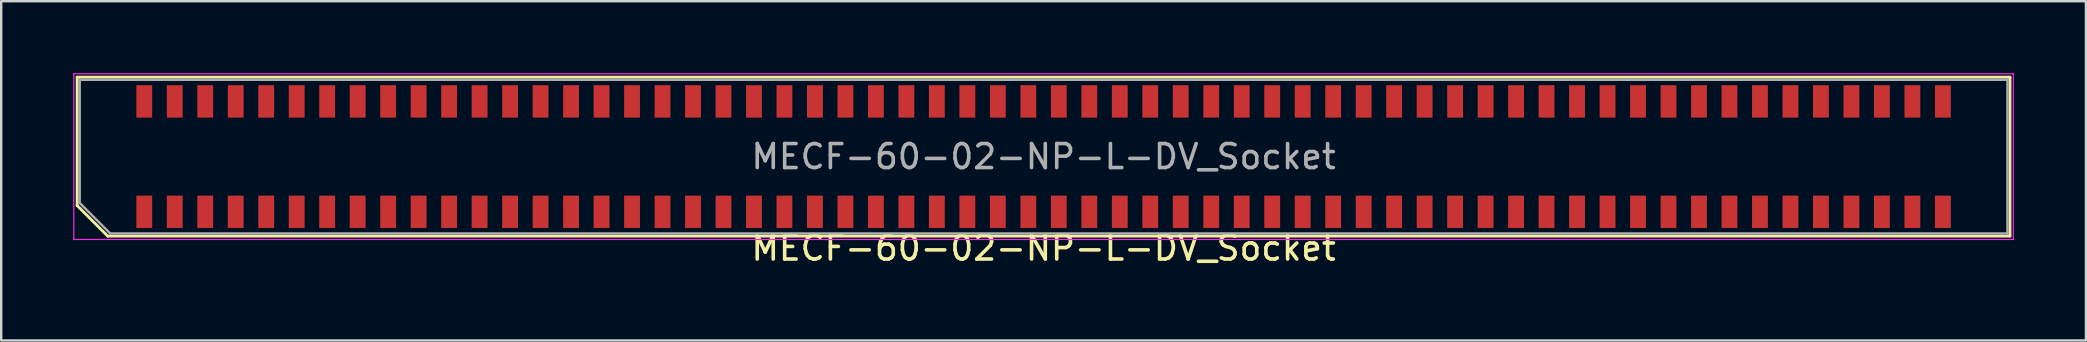
<source format=kicad_pcb>
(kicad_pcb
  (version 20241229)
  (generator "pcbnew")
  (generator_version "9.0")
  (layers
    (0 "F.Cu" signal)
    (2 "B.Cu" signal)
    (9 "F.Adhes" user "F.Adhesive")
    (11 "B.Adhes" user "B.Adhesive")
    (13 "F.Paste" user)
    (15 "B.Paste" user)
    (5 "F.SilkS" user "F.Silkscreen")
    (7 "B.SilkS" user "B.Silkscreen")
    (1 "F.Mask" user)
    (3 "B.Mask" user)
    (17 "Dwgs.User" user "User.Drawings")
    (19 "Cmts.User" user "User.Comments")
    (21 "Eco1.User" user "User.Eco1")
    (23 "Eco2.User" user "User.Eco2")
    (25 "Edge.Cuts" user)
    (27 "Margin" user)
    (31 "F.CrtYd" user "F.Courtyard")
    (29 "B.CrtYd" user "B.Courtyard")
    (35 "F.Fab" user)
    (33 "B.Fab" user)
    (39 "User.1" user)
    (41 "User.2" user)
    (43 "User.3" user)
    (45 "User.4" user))
  (footprint "MECF-60-02-NP-L-DV_Socket"
    (layer "F.Cu")
    (at 40.425 3.475)
    (property "Reference" "MECF-60-02-NP-L-DV_Socket" (at 0 3.81 0) (layer "F.SilkS") (effects (font (size 1 1) (thickness 0.15))))
    (attr smd)
    (fp_line (start -40.26 -3.31) (end 40.26 -3.31) (stroke (width 0.12) (type solid)) (layer "F.SilkS"))
    (fp_line (start -40.26 2.04) (end -40.26 -3.31) (stroke (width 0.12) (type solid)) (layer "F.SilkS"))
    (fp_line (start -38.99 3.31) (end -40.26 2.04) (stroke (width 0.12) (type solid)) (layer "F.SilkS"))
    (fp_line (start -38.99 3.31) (end 40.26 3.31) (stroke (width 0.12) (type solid)) (layer "F.SilkS"))
    (fp_line (start 40.26 3.31) (end 40.26 -3.31) (stroke (width 0.12) (type solid)) (layer "F.SilkS"))
    (fp_line (start -40.4 -3.45) (end -40.4 3.45) (stroke (width 0.05) (type solid)) (layer "F.CrtYd"))
    (fp_line (start -40.4 3.45) (end 40.4 3.45) (stroke (width 0.05) (type solid)) (layer "F.CrtYd"))
    (fp_line (start 40.4 -3.45) (end -40.4 -3.45) (stroke (width 0.05) (type solid)) (layer "F.CrtYd"))
    (fp_line (start 40.4 3.45) (end 40.4 -3.45) (stroke (width 0.05) (type solid)) (layer "F.CrtYd"))
    (fp_line (start -40.155 -3.2) (end 40.155 -3.2) (stroke (width 0.1) (type solid)) (layer "F.Fab"))
    (fp_line (start -40.155 1.93) (end -40.155 -3.2) (stroke (width 0.1) (type solid)) (layer "F.Fab"))
    (fp_line (start -40.155 1.93) (end -38.885 3.2) (stroke (width 0.1) (type solid)) (layer "F.Fab"))
    (fp_line (start -38.885 3.2) (end 40.155 3.2) (stroke (width 0.1) (type solid)) (layer "F.Fab"))
    (fp_line (start 40.155 3.2) (end 40.155 -3.2) (stroke (width 0.1) (type solid)) (layer "F.Fab"))
    (fp_text user "${REFERENCE}" (at 0 0 0) (layer "F.Fab") (effects (font (size 1 1) (thickness 0.15))))
    (pad "" np_thru_hole circle (at -39.245 0) (size 0.001 0.001) (drill 1.45) (layers "*.Cu" "*.Mask"))
    (pad "" np_thru_hole circle (at 39.245 1) (size 0.001 0.001) (drill 1.45) (layers "*.Cu" "*.Mask"))
    (pad "1" smd rect (at -37.465 2.3) (size 0.66 1.35) (layers "F.Cu" "F.Mask" "F.Paste"))
    (pad "2" smd rect (at -37.465 -2.3) (size 0.66 1.35) (layers "F.Cu" "F.Mask" "F.Paste"))
    (pad "3" smd rect (at -36.195 2.3) (size 0.66 1.35) (layers "F.Cu" "F.Mask" "F.Paste"))
    (pad "4" smd rect (at -36.195 -2.3) (size 0.66 1.35) (layers "F.Cu" "F.Mask" "F.Paste"))
    (pad "5" smd rect (at -34.925 2.3) (size 0.66 1.35) (layers "F.Cu" "F.Mask" "F.Paste"))
    (pad "6" smd rect (at -34.925 -2.3) (size 0.66 1.35) (layers "F.Cu" "F.Mask" "F.Paste"))
    (pad "7" smd rect (at -33.655 2.3) (size 0.66 1.35) (layers "F.Cu" "F.Mask" "F.Paste"))
    (pad "8" smd rect (at -33.655 -2.3) (size 0.66 1.35) (layers "F.Cu" "F.Mask" "F.Paste"))
    (pad "9" smd rect (at -32.385 2.3) (size 0.66 1.35) (layers "F.Cu" "F.Mask" "F.Paste"))
    (pad "10" smd rect (at -32.385 -2.3) (size 0.66 1.35) (layers "F.Cu" "F.Mask" "F.Paste"))
    (pad "11" smd rect (at -31.115 2.3) (size 0.66 1.35) (layers "F.Cu" "F.Mask" "F.Paste"))
    (pad "12" smd rect (at -31.115 -2.3) (size 0.66 1.35) (layers "F.Cu" "F.Mask" "F.Paste"))
    (pad "13" smd rect (at -29.845 2.3) (size 0.66 1.35) (layers "F.Cu" "F.Mask" "F.Paste"))
    (pad "14" smd rect (at -29.845 -2.3) (size 0.66 1.35) (layers "F.Cu" "F.Mask" "F.Paste"))
    (pad "15" smd rect (at -28.575 2.3) (size 0.66 1.35) (layers "F.Cu" "F.Mask" "F.Paste"))
    (pad "16" smd rect (at -28.575 -2.3) (size 0.66 1.35) (layers "F.Cu" "F.Mask" "F.Paste"))
    (pad "17" smd rect (at -27.305 2.3) (size 0.66 1.35) (layers "F.Cu" "F.Mask" "F.Paste"))
    (pad "18" smd rect (at -27.305 -2.3) (size 0.66 1.35) (layers "F.Cu" "F.Mask" "F.Paste"))
    (pad "19" smd rect (at -26.035 2.3) (size 0.66 1.35) (layers "F.Cu" "F.Mask" "F.Paste"))
    (pad "20" smd rect (at -26.035 -2.3) (size 0.66 1.35) (layers "F.Cu" "F.Mask" "F.Paste"))
    (pad "21" smd rect (at -24.765 2.3) (size 0.66 1.35) (layers "F.Cu" "F.Mask" "F.Paste"))
    (pad "22" smd rect (at -24.765 -2.3) (size 0.66 1.35) (layers "F.Cu" "F.Mask" "F.Paste"))
    (pad "23" smd rect (at -23.495 2.3) (size 0.66 1.35) (layers "F.Cu" "F.Mask" "F.Paste"))
    (pad "24" smd rect (at -23.495 -2.3) (size 0.66 1.35) (layers "F.Cu" "F.Mask" "F.Paste"))
    (pad "25" smd rect (at -22.225 2.3) (size 0.66 1.35) (layers "F.Cu" "F.Mask" "F.Paste"))
    (pad "26" smd rect (at -22.225 -2.3) (size 0.66 1.35) (layers "F.Cu" "F.Mask" "F.Paste"))
    (pad "27" smd rect (at -20.955 2.3) (size 0.66 1.35) (layers "F.Cu" "F.Mask" "F.Paste"))
    (pad "28" smd rect (at -20.955 -2.3) (size 0.66 1.35) (layers "F.Cu" "F.Mask" "F.Paste"))
    (pad "29" smd rect (at -19.685 2.3) (size 0.66 1.35) (layers "F.Cu" "F.Mask" "F.Paste"))
    (pad "30" smd rect (at -19.685 -2.3) (size 0.66 1.35) (layers "F.Cu" "F.Mask" "F.Paste"))
    (pad "31" smd rect (at -18.415 2.3) (size 0.66 1.35) (layers "F.Cu" "F.Mask" "F.Paste"))
    (pad "32" smd rect (at -18.415 -2.3) (size 0.66 1.35) (layers "F.Cu" "F.Mask" "F.Paste"))
    (pad "33" smd rect (at -17.145 2.3) (size 0.66 1.35) (layers "F.Cu" "F.Mask" "F.Paste"))
    (pad "34" smd rect (at -17.145 -2.3) (size 0.66 1.35) (layers "F.Cu" "F.Mask" "F.Paste"))
    (pad "35" smd rect (at -15.875 2.3) (size 0.66 1.35) (layers "F.Cu" "F.Mask" "F.Paste"))
    (pad "36" smd rect (at -15.875 -2.3) (size 0.66 1.35) (layers "F.Cu" "F.Mask" "F.Paste"))
    (pad "37" smd rect (at -14.605 2.3) (size 0.66 1.35) (layers "F.Cu" "F.Mask" "F.Paste"))
    (pad "38" smd rect (at -14.605 -2.3) (size 0.66 1.35) (layers "F.Cu" "F.Mask" "F.Paste"))
    (pad "39" smd rect (at -13.335 2.3) (size 0.66 1.35) (layers "F.Cu" "F.Mask" "F.Paste"))
    (pad "40" smd rect (at -13.335 -2.3) (size 0.66 1.35) (layers "F.Cu" "F.Mask" "F.Paste"))
    (pad "41" smd rect (at -12.065 2.3) (size 0.66 1.35) (layers "F.Cu" "F.Mask" "F.Paste"))
    (pad "42" smd rect (at -12.065 -2.3) (size 0.66 1.35) (layers "F.Cu" "F.Mask" "F.Paste"))
    (pad "43" smd rect (at -10.795 2.3) (size 0.66 1.35) (layers "F.Cu" "F.Mask" "F.Paste"))
    (pad "44" smd rect (at -10.795 -2.3) (size 0.66 1.35) (layers "F.Cu" "F.Mask" "F.Paste"))
    (pad "45" smd rect (at -9.525 2.3) (size 0.66 1.35) (layers "F.Cu" "F.Mask" "F.Paste"))
    (pad "46" smd rect (at -9.525 -2.3) (size 0.66 1.35) (layers "F.Cu" "F.Mask" "F.Paste"))
    (pad "47" smd rect (at -8.255 2.3) (size 0.66 1.35) (layers "F.Cu" "F.Mask" "F.Paste"))
    (pad "48" smd rect (at -8.255 -2.3) (size 0.66 1.35) (layers "F.Cu" "F.Mask" "F.Paste"))
    (pad "49" smd rect (at -6.985 2.3) (size 0.66 1.35) (layers "F.Cu" "F.Mask" "F.Paste"))
    (pad "50" smd rect (at -6.985 -2.3) (size 0.66 1.35) (layers "F.Cu" "F.Mask" "F.Paste"))
    (pad "51" smd rect (at -5.715 2.3) (size 0.66 1.35) (layers "F.Cu" "F.Mask" "F.Paste"))
    (pad "52" smd rect (at -5.715 -2.3) (size 0.66 1.35) (layers "F.Cu" "F.Mask" "F.Paste"))
    (pad "53" smd rect (at -4.445 2.3) (size 0.66 1.35) (layers "F.Cu" "F.Mask" "F.Paste"))
    (pad "54" smd rect (at -4.445 -2.3) (size 0.66 1.35) (layers "F.Cu" "F.Mask" "F.Paste"))
    (pad "55" smd rect (at -3.175 2.3) (size 0.66 1.35) (layers "F.Cu" "F.Mask" "F.Paste"))
    (pad "56" smd rect (at -3.175 -2.3) (size 0.66 1.35) (layers "F.Cu" "F.Mask" "F.Paste"))
    (pad "57" smd rect (at -1.905 2.3) (size 0.66 1.35) (layers "F.Cu" "F.Mask" "F.Paste"))
    (pad "58" smd rect (at -1.905 -2.3) (size 0.66 1.35) (layers "F.Cu" "F.Mask" "F.Paste"))
    (pad "59" smd rect (at -0.635 2.3) (size 0.66 1.35) (layers "F.Cu" "F.Mask" "F.Paste"))
    (pad "60" smd rect (at -0.635 -2.3) (size 0.66 1.35) (layers "F.Cu" "F.Mask" "F.Paste"))
    (pad "61" smd rect (at 0.635 2.3) (size 0.66 1.35) (layers "F.Cu" "F.Mask" "F.Paste"))
    (pad "62" smd rect (at 0.635 -2.3) (size 0.66 1.35) (layers "F.Cu" "F.Mask" "F.Paste"))
    (pad "63" smd rect (at 1.905 2.3) (size 0.66 1.35) (layers "F.Cu" "F.Mask" "F.Paste"))
    (pad "64" smd rect (at 1.905 -2.3) (size 0.66 1.35) (layers "F.Cu" "F.Mask" "F.Paste"))
    (pad "65" smd rect (at 3.175 2.3) (size 0.66 1.35) (layers "F.Cu" "F.Mask" "F.Paste"))
    (pad "66" smd rect (at 3.175 -2.3) (size 0.66 1.35) (layers "F.Cu" "F.Mask" "F.Paste"))
    (pad "67" smd rect (at 4.445 2.3) (size 0.66 1.35) (layers "F.Cu" "F.Mask" "F.Paste"))
    (pad "68" smd rect (at 4.445 -2.3) (size 0.66 1.35) (layers "F.Cu" "F.Mask" "F.Paste"))
    (pad "69" smd rect (at 5.715 2.3) (size 0.66 1.35) (layers "F.Cu" "F.Mask" "F.Paste"))
    (pad "70" smd rect (at 5.715 -2.3) (size 0.66 1.35) (layers "F.Cu" "F.Mask" "F.Paste"))
    (pad "71" smd rect (at 6.985 2.3) (size 0.66 1.35) (layers "F.Cu" "F.Mask" "F.Paste"))
    (pad "72" smd rect (at 6.985 -2.3) (size 0.66 1.35) (layers "F.Cu" "F.Mask" "F.Paste"))
    (pad "73" smd rect (at 8.255 2.3) (size 0.66 1.35) (layers "F.Cu" "F.Mask" "F.Paste"))
    (pad "74" smd rect (at 8.255 -2.3) (size 0.66 1.35) (layers "F.Cu" "F.Mask" "F.Paste"))
    (pad "75" smd rect (at 9.525 2.3) (size 0.66 1.35) (layers "F.Cu" "F.Mask" "F.Paste"))
    (pad "76" smd rect (at 9.525 -2.3) (size 0.66 1.35) (layers "F.Cu" "F.Mask" "F.Paste"))
    (pad "77" smd rect (at 10.795 2.3) (size 0.66 1.35) (layers "F.Cu" "F.Mask" "F.Paste"))
    (pad "78" smd rect (at 10.795 -2.3) (size 0.66 1.35) (layers "F.Cu" "F.Mask" "F.Paste"))
    (pad "79" smd rect (at 12.065 2.3) (size 0.66 1.35) (layers "F.Cu" "F.Mask" "F.Paste"))
    (pad "80" smd rect (at 12.065 -2.3) (size 0.66 1.35) (layers "F.Cu" "F.Mask" "F.Paste"))
    (pad "81" smd rect (at 13.335 2.3) (size 0.66 1.35) (layers "F.Cu" "F.Mask" "F.Paste"))
    (pad "82" smd rect (at 13.335 -2.3) (size 0.66 1.35) (layers "F.Cu" "F.Mask" "F.Paste"))
    (pad "83" smd rect (at 14.605 2.3) (size 0.66 1.35) (layers "F.Cu" "F.Mask" "F.Paste"))
    (pad "84" smd rect (at 14.605 -2.3) (size 0.66 1.35) (layers "F.Cu" "F.Mask" "F.Paste"))
    (pad "85" smd rect (at 15.875 2.3) (size 0.66 1.35) (layers "F.Cu" "F.Mask" "F.Paste"))
    (pad "86" smd rect (at 15.875 -2.3) (size 0.66 1.35) (layers "F.Cu" "F.Mask" "F.Paste"))
    (pad "87" smd rect (at 17.145 2.3) (size 0.66 1.35) (layers "F.Cu" "F.Mask" "F.Paste"))
    (pad "88" smd rect (at 17.145 -2.3) (size 0.66 1.35) (layers "F.Cu" "F.Mask" "F.Paste"))
    (pad "89" smd rect (at 18.415 2.3) (size 0.66 1.35) (layers "F.Cu" "F.Mask" "F.Paste"))
    (pad "90" smd rect (at 18.415 -2.3) (size 0.66 1.35) (layers "F.Cu" "F.Mask" "F.Paste"))
    (pad "91" smd rect (at 19.685 2.3) (size 0.66 1.35) (layers "F.Cu" "F.Mask" "F.Paste"))
    (pad "92" smd rect (at 19.685 -2.3) (size 0.66 1.35) (layers "F.Cu" "F.Mask" "F.Paste"))
    (pad "93" smd rect (at 20.955 2.3) (size 0.66 1.35) (layers "F.Cu" "F.Mask" "F.Paste"))
    (pad "94" smd rect (at 20.955 -2.3) (size 0.66 1.35) (layers "F.Cu" "F.Mask" "F.Paste"))
    (pad "95" smd rect (at 22.225 2.3) (size 0.66 1.35) (layers "F.Cu" "F.Mask" "F.Paste"))
    (pad "96" smd rect (at 22.225 -2.3) (size 0.66 1.35) (layers "F.Cu" "F.Mask" "F.Paste"))
    (pad "97" smd rect (at 23.495 2.3) (size 0.66 1.35) (layers "F.Cu" "F.Mask" "F.Paste"))
    (pad "98" smd rect (at 23.495 -2.3) (size 0.66 1.35) (layers "F.Cu" "F.Mask" "F.Paste"))
    (pad "99" smd rect (at 24.765 2.3) (size 0.66 1.35) (layers "F.Cu" "F.Mask" "F.Paste"))
    (pad "100" smd rect (at 24.765 -2.3) (size 0.66 1.35) (layers "F.Cu" "F.Mask" "F.Paste"))
    (pad "101" smd rect (at 26.035 2.3) (size 0.66 1.35) (layers "F.Cu" "F.Mask" "F.Paste"))
    (pad "102" smd rect (at 26.035 -2.3) (size 0.66 1.35) (layers "F.Cu" "F.Mask" "F.Paste"))
    (pad "103" smd rect (at 27.305 2.3) (size 0.66 1.35) (layers "F.Cu" "F.Mask" "F.Paste"))
    (pad "104" smd rect (at 27.305 -2.3) (size 0.66 1.35) (layers "F.Cu" "F.Mask" "F.Paste"))
    (pad "105" smd rect (at 28.575 2.3) (size 0.66 1.35) (layers "F.Cu" "F.Mask" "F.Paste"))
    (pad "106" smd rect (at 28.575 -2.3) (size 0.66 1.35) (layers "F.Cu" "F.Mask" "F.Paste"))
    (pad "107" smd rect (at 29.845 2.3) (size 0.66 1.35) (layers "F.Cu" "F.Mask" "F.Paste"))
    (pad "108" smd rect (at 29.845 -2.3) (size 0.66 1.35) (layers "F.Cu" "F.Mask" "F.Paste"))
    (pad "109" smd rect (at 31.115 2.3) (size 0.66 1.35) (layers "F.Cu" "F.Mask" "F.Paste"))
    (pad "110" smd rect (at 31.115 -2.3) (size 0.66 1.35) (layers "F.Cu" "F.Mask" "F.Paste"))
    (pad "111" smd rect (at 32.385 2.3) (size 0.66 1.35) (layers "F.Cu" "F.Mask" "F.Paste"))
    (pad "112" smd rect (at 32.385 -2.3) (size 0.66 1.35) (layers "F.Cu" "F.Mask" "F.Paste"))
    (pad "113" smd rect (at 33.655 2.3) (size 0.66 1.35) (layers "F.Cu" "F.Mask" "F.Paste"))
    (pad "114" smd rect (at 33.655 -2.3) (size 0.66 1.35) (layers "F.Cu" "F.Mask" "F.Paste"))
    (pad "115" smd rect (at 34.925 2.3) (size 0.66 1.35) (layers "F.Cu" "F.Mask" "F.Paste"))
    (pad "116" smd rect (at 34.925 -2.3) (size 0.66 1.35) (layers "F.Cu" "F.Mask" "F.Paste"))
    (pad "117" smd rect (at 36.195 2.3) (size 0.66 1.35) (layers "F.Cu" "F.Mask" "F.Paste"))
    (pad "118" smd rect (at 36.195 -2.3) (size 0.66 1.35) (layers "F.Cu" "F.Mask" "F.Paste"))
    (pad "119" smd rect (at 37.465 2.3) (size 0.66 1.35) (layers "F.Cu" "F.Mask" "F.Paste"))
    (pad "120" smd rect (at 37.465 -2.3) (size 0.66 1.35) (layers "F.Cu" "F.Mask" "F.Paste")))
  (gr_rect
    (start -3 -3)
    (end 83.85 11.133)
    (stroke (width 0.1) (type default))
    (fill no)
    (layer "Edge.Cuts")))
</source>
